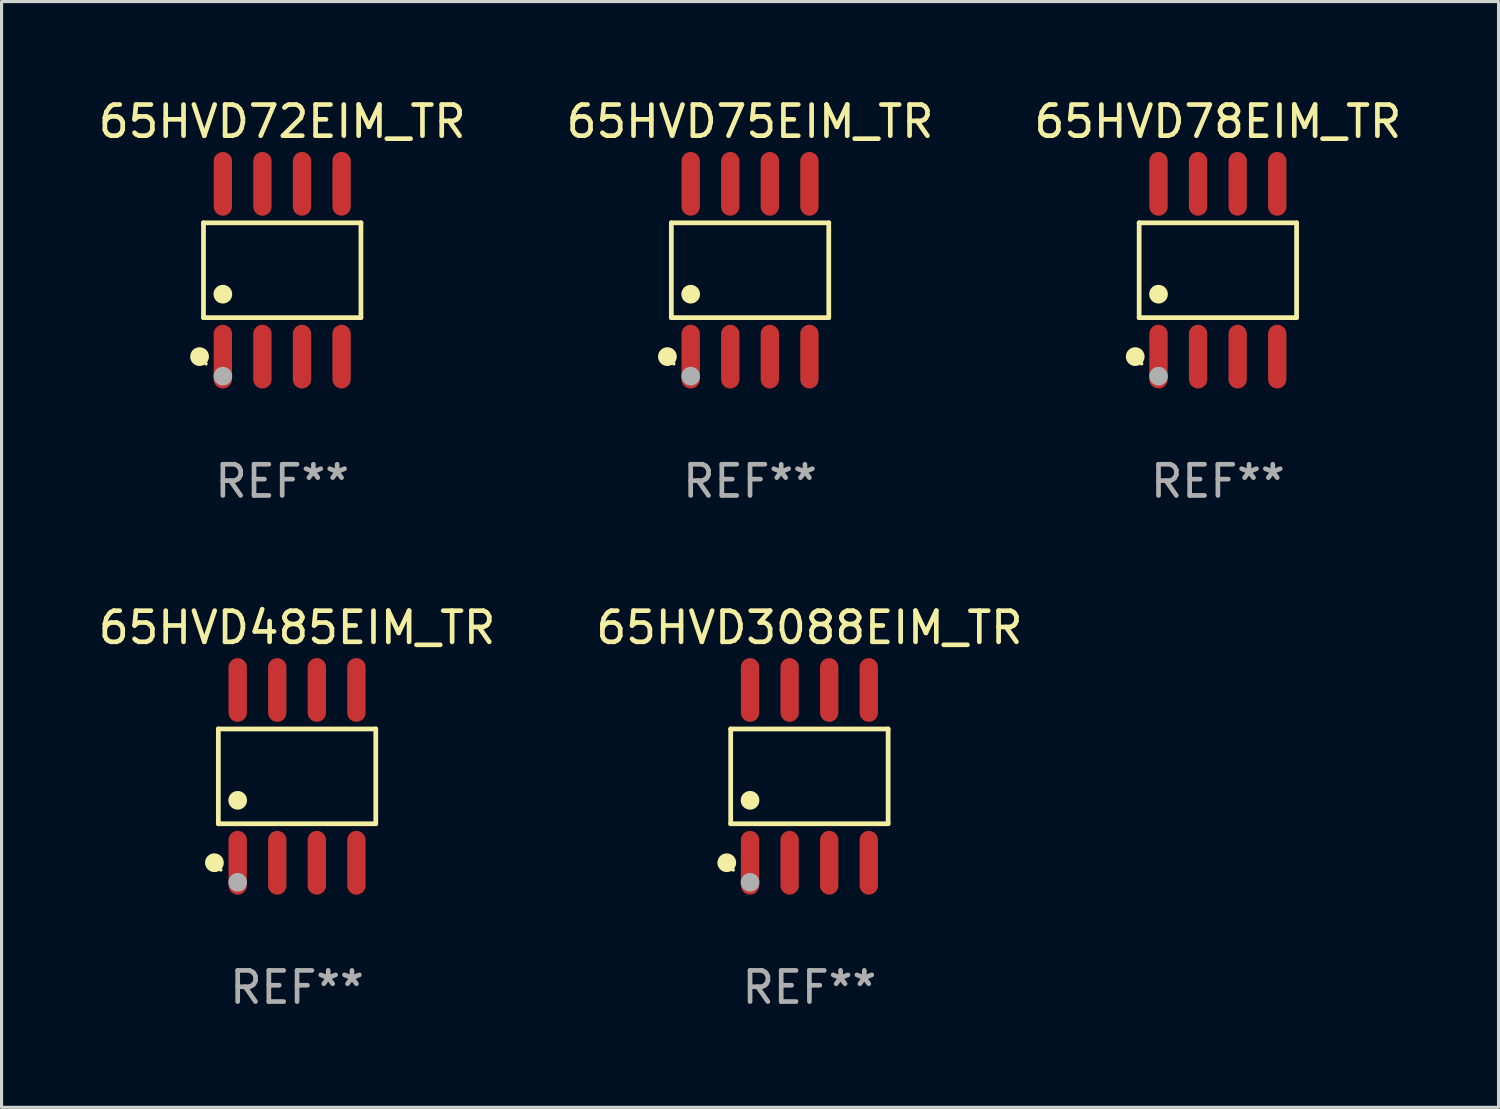
<source format=kicad_pcb>
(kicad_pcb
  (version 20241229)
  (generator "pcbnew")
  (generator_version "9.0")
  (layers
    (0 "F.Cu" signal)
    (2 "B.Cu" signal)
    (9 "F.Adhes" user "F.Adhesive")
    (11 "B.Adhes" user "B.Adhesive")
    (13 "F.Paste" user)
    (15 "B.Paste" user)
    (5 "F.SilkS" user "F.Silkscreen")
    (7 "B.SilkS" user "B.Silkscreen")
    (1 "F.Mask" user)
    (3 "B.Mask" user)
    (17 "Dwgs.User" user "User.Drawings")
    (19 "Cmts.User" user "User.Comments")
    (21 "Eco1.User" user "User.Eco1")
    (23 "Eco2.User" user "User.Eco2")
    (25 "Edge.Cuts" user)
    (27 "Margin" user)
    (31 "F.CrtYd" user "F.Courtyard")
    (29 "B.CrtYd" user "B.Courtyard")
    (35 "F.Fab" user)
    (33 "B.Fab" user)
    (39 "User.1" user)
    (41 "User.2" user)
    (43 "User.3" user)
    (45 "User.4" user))
  (footprint "65HVD3088EIM_TR"
    (layer "F.Cu")
    (at 22.923 21.862)
    (property "Reference" "65HVD3088EIM_TR" (at 0 -4.772 0) (layer "F.SilkS") (effects (font (size 1 1) (thickness 0.15))))
    (attr through_hole)
    (fp_line (start -2.526 -1.521) (end 2.526 -1.521) (stroke (width 0.152) (type solid)) (layer "F.SilkS"))
    (fp_line (start -2.526 1.521) (end -2.526 -1.521) (stroke (width 0.152) (type solid)) (layer "F.SilkS"))
    (fp_line (start 2.526 -1.521) (end 2.526 1.521) (stroke (width 0.152) (type solid)) (layer "F.SilkS"))
    (fp_line (start 2.526 1.521) (end -2.526 1.521) (stroke (width 0.152) (type solid)) (layer "F.SilkS"))
    (fp_circle (center -2.652 2.772) (end -2.501 2.772) (stroke (width 0.3) (type solid)) (fill no) (layer "F.SilkS"))
    (fp_circle (center -2.45 3) (end -2.42 3) (stroke (width 0.06) (type solid)) (fill no) (layer "F.SilkS"))
    (fp_circle (center -1.905 0.769) (end -1.755 0.769) (stroke (width 0.3) (type solid)) (fill no) (layer "F.SilkS"))
    (fp_circle (center -1.905 3.4) (end -1.755 3.4) (stroke (width 0.3) (type solid)) (fill no) (layer "F.Fab"))
    (fp_text user "REF**" (at 0 6.772 0) (layer "F.Fab") (effects (font (size 1 1) (thickness 0.15))))
    (pad "1" smd oval (at -1.905 2.772) (size 0.588 2.045) (layers "F.Cu" "F.Mask" "F.Paste"))
    (pad "2" smd oval (at -0.635 2.772) (size 0.588 2.045) (layers "F.Cu" "F.Mask" "F.Paste"))
    (pad "3" smd oval (at 0.635 2.772) (size 0.588 2.045) (layers "F.Cu" "F.Mask" "F.Paste"))
    (pad "4" smd oval (at 1.905 2.772) (size 0.588 2.045) (layers "F.Cu" "F.Mask" "F.Paste"))
    (pad "5" smd oval (at 1.905 -2.772) (size 0.588 2.045) (layers "F.Cu" "F.Mask" "F.Paste"))
    (pad "6" smd oval (at 0.635 -2.772) (size 0.588 2.045) (layers "F.Cu" "F.Mask" "F.Paste"))
    (pad "7" smd oval (at -0.635 -2.772) (size 0.588 2.045) (layers "F.Cu" "F.Mask" "F.Paste"))
    (pad "8" smd oval (at -1.905 -2.772) (size 0.588 2.045) (layers "F.Cu" "F.Mask" "F.Paste")))
  (footprint "65HVD75EIM_TR"
    (layer "F.Cu")
    (at 21.018 5.621)
    (property "Reference" "65HVD75EIM_TR" (at 0 -4.772 0) (layer "F.SilkS") (effects (font (size 1 1) (thickness 0.15))))
    (attr through_hole)
    (fp_line (start -2.526 -1.521) (end 2.526 -1.521) (stroke (width 0.152) (type solid)) (layer "F.SilkS"))
    (fp_line (start -2.526 1.521) (end -2.526 -1.521) (stroke (width 0.152) (type solid)) (layer "F.SilkS"))
    (fp_line (start 2.526 -1.521) (end 2.526 1.521) (stroke (width 0.152) (type solid)) (layer "F.SilkS"))
    (fp_line (start 2.526 1.521) (end -2.526 1.521) (stroke (width 0.152) (type solid)) (layer "F.SilkS"))
    (fp_circle (center -2.652 2.772) (end -2.501 2.772) (stroke (width 0.3) (type solid)) (fill no) (layer "F.SilkS"))
    (fp_circle (center -2.45 3) (end -2.42 3) (stroke (width 0.06) (type solid)) (fill no) (layer "F.SilkS"))
    (fp_circle (center -1.905 0.769) (end -1.755 0.769) (stroke (width 0.3) (type solid)) (fill no) (layer "F.SilkS"))
    (fp_circle (center -1.905 3.4) (end -1.755 3.4) (stroke (width 0.3) (type solid)) (fill no) (layer "F.Fab"))
    (fp_text user "REF**" (at 0 6.772 0) (layer "F.Fab") (effects (font (size 1 1) (thickness 0.15))))
    (pad "1" smd oval (at -1.905 2.772) (size 0.588 2.045) (layers "F.Cu" "F.Mask" "F.Paste"))
    (pad "2" smd oval (at -0.635 2.772) (size 0.588 2.045) (layers "F.Cu" "F.Mask" "F.Paste"))
    (pad "3" smd oval (at 0.635 2.772) (size 0.588 2.045) (layers "F.Cu" "F.Mask" "F.Paste"))
    (pad "4" smd oval (at 1.905 2.772) (size 0.588 2.045) (layers "F.Cu" "F.Mask" "F.Paste"))
    (pad "5" smd oval (at 1.905 -2.772) (size 0.588 2.045) (layers "F.Cu" "F.Mask" "F.Paste"))
    (pad "6" smd oval (at 0.635 -2.772) (size 0.588 2.045) (layers "F.Cu" "F.Mask" "F.Paste"))
    (pad "7" smd oval (at -0.635 -2.772) (size 0.588 2.045) (layers "F.Cu" "F.Mask" "F.Paste"))
    (pad "8" smd oval (at -1.905 -2.772) (size 0.588 2.045) (layers "F.Cu" "F.Mask" "F.Paste")))
  (footprint "65HVD72EIM_TR"
    (layer "F.Cu")
    (at 6.006 5.621)
    (property "Reference" "65HVD72EIM_TR" (at 0 -4.772 0) (layer "F.SilkS") (effects (font (size 1 1) (thickness 0.15))))
    (attr through_hole)
    (fp_line (start -2.526 -1.521) (end 2.526 -1.521) (stroke (width 0.152) (type solid)) (layer "F.SilkS"))
    (fp_line (start -2.526 1.521) (end -2.526 -1.521) (stroke (width 0.152) (type solid)) (layer "F.SilkS"))
    (fp_line (start 2.526 -1.521) (end 2.526 1.521) (stroke (width 0.152) (type solid)) (layer "F.SilkS"))
    (fp_line (start 2.526 1.521) (end -2.526 1.521) (stroke (width 0.152) (type solid)) (layer "F.SilkS"))
    (fp_circle (center -2.652 2.772) (end -2.501 2.772) (stroke (width 0.3) (type solid)) (fill no) (layer "F.SilkS"))
    (fp_circle (center -2.45 3) (end -2.42 3) (stroke (width 0.06) (type solid)) (fill no) (layer "F.SilkS"))
    (fp_circle (center -1.905 0.769) (end -1.755 0.769) (stroke (width 0.3) (type solid)) (fill no) (layer "F.SilkS"))
    (fp_circle (center -1.905 3.4) (end -1.755 3.4) (stroke (width 0.3) (type solid)) (fill no) (layer "F.Fab"))
    (fp_text user "REF**" (at 0 6.772 0) (layer "F.Fab") (effects (font (size 1 1) (thickness 0.15))))
    (pad "1" smd oval (at -1.905 2.772) (size 0.588 2.045) (layers "F.Cu" "F.Mask" "F.Paste"))
    (pad "2" smd oval (at -0.635 2.772) (size 0.588 2.045) (layers "F.Cu" "F.Mask" "F.Paste"))
    (pad "3" smd oval (at 0.635 2.772) (size 0.588 2.045) (layers "F.Cu" "F.Mask" "F.Paste"))
    (pad "4" smd oval (at 1.905 2.772) (size 0.588 2.045) (layers "F.Cu" "F.Mask" "F.Paste"))
    (pad "5" smd oval (at 1.905 -2.772) (size 0.588 2.045) (layers "F.Cu" "F.Mask" "F.Paste"))
    (pad "6" smd oval (at 0.635 -2.772) (size 0.588 2.045) (layers "F.Cu" "F.Mask" "F.Paste"))
    (pad "7" smd oval (at -0.635 -2.772) (size 0.588 2.045) (layers "F.Cu" "F.Mask" "F.Paste"))
    (pad "8" smd oval (at -1.905 -2.772) (size 0.588 2.045) (layers "F.Cu" "F.Mask" "F.Paste")))
  (footprint "65HVD78EIM_TR"
    (layer "F.Cu")
    (at 36.03 5.621)
    (property "Reference" "65HVD78EIM_TR" (at 0 -4.772 0) (layer "F.SilkS") (effects (font (size 1 1) (thickness 0.15))))
    (attr through_hole)
    (fp_line (start -2.526 -1.521) (end 2.526 -1.521) (stroke (width 0.152) (type solid)) (layer "F.SilkS"))
    (fp_line (start -2.526 1.521) (end -2.526 -1.521) (stroke (width 0.152) (type solid)) (layer "F.SilkS"))
    (fp_line (start 2.526 -1.521) (end 2.526 1.521) (stroke (width 0.152) (type solid)) (layer "F.SilkS"))
    (fp_line (start 2.526 1.521) (end -2.526 1.521) (stroke (width 0.152) (type solid)) (layer "F.SilkS"))
    (fp_circle (center -2.652 2.772) (end -2.501 2.772) (stroke (width 0.3) (type solid)) (fill no) (layer "F.SilkS"))
    (fp_circle (center -2.45 3) (end -2.42 3) (stroke (width 0.06) (type solid)) (fill no) (layer "F.SilkS"))
    (fp_circle (center -1.905 0.769) (end -1.755 0.769) (stroke (width 0.3) (type solid)) (fill no) (layer "F.SilkS"))
    (fp_circle (center -1.905 3.4) (end -1.755 3.4) (stroke (width 0.3) (type solid)) (fill no) (layer "F.Fab"))
    (fp_text user "REF**" (at 0 6.772 0) (layer "F.Fab") (effects (font (size 1 1) (thickness 0.15))))
    (pad "1" smd oval (at -1.905 2.772) (size 0.588 2.045) (layers "F.Cu" "F.Mask" "F.Paste"))
    (pad "2" smd oval (at -0.635 2.772) (size 0.588 2.045) (layers "F.Cu" "F.Mask" "F.Paste"))
    (pad "3" smd oval (at 0.635 2.772) (size 0.588 2.045) (layers "F.Cu" "F.Mask" "F.Paste"))
    (pad "4" smd oval (at 1.905 2.772) (size 0.588 2.045) (layers "F.Cu" "F.Mask" "F.Paste"))
    (pad "5" smd oval (at 1.905 -2.772) (size 0.588 2.045) (layers "F.Cu" "F.Mask" "F.Paste"))
    (pad "6" smd oval (at 0.635 -2.772) (size 0.588 2.045) (layers "F.Cu" "F.Mask" "F.Paste"))
    (pad "7" smd oval (at -0.635 -2.772) (size 0.588 2.045) (layers "F.Cu" "F.Mask" "F.Paste"))
    (pad "8" smd oval (at -1.905 -2.772) (size 0.588 2.045) (layers "F.Cu" "F.Mask" "F.Paste")))
  (footprint "65HVD485EIM_TR"
    (layer "F.Cu")
    (at 6.482 21.862)
    (property "Reference" "65HVD485EIM_TR" (at 0 -4.772 0) (layer "F.SilkS") (effects (font (size 1 1) (thickness 0.15))))
    (attr through_hole)
    (fp_line (start -2.526 -1.521) (end 2.526 -1.521) (stroke (width 0.152) (type solid)) (layer "F.SilkS"))
    (fp_line (start -2.526 1.521) (end -2.526 -1.521) (stroke (width 0.152) (type solid)) (layer "F.SilkS"))
    (fp_line (start 2.526 -1.521) (end 2.526 1.521) (stroke (width 0.152) (type solid)) (layer "F.SilkS"))
    (fp_line (start 2.526 1.521) (end -2.526 1.521) (stroke (width 0.152) (type solid)) (layer "F.SilkS"))
    (fp_circle (center -2.652 2.772) (end -2.501 2.772) (stroke (width 0.3) (type solid)) (fill no) (layer "F.SilkS"))
    (fp_circle (center -2.45 3) (end -2.42 3) (stroke (width 0.06) (type solid)) (fill no) (layer "F.SilkS"))
    (fp_circle (center -1.905 0.769) (end -1.755 0.769) (stroke (width 0.3) (type solid)) (fill no) (layer "F.SilkS"))
    (fp_circle (center -1.905 3.4) (end -1.755 3.4) (stroke (width 0.3) (type solid)) (fill no) (layer "F.Fab"))
    (fp_text user "REF**" (at 0 6.772 0) (layer "F.Fab") (effects (font (size 1 1) (thickness 0.15))))
    (pad "1" smd oval (at -1.905 2.772) (size 0.588 2.045) (layers "F.Cu" "F.Mask" "F.Paste"))
    (pad "2" smd oval (at -0.635 2.772) (size 0.588 2.045) (layers "F.Cu" "F.Mask" "F.Paste"))
    (pad "3" smd oval (at 0.635 2.772) (size 0.588 2.045) (layers "F.Cu" "F.Mask" "F.Paste"))
    (pad "4" smd oval (at 1.905 2.772) (size 0.588 2.045) (layers "F.Cu" "F.Mask" "F.Paste"))
    (pad "5" smd oval (at 1.905 -2.772) (size 0.588 2.045) (layers "F.Cu" "F.Mask" "F.Paste"))
    (pad "6" smd oval (at 0.635 -2.772) (size 0.588 2.045) (layers "F.Cu" "F.Mask" "F.Paste"))
    (pad "7" smd oval (at -0.635 -2.772) (size 0.588 2.045) (layers "F.Cu" "F.Mask" "F.Paste"))
    (pad "8" smd oval (at -1.905 -2.772) (size 0.588 2.045) (layers "F.Cu" "F.Mask" "F.Paste")))
  (gr_rect
    (start -3 -3)
    (end 45.036 32.483)
    (stroke (width 0.1) (type default))
    (fill no)
    (layer "Edge.Cuts")))
</source>
